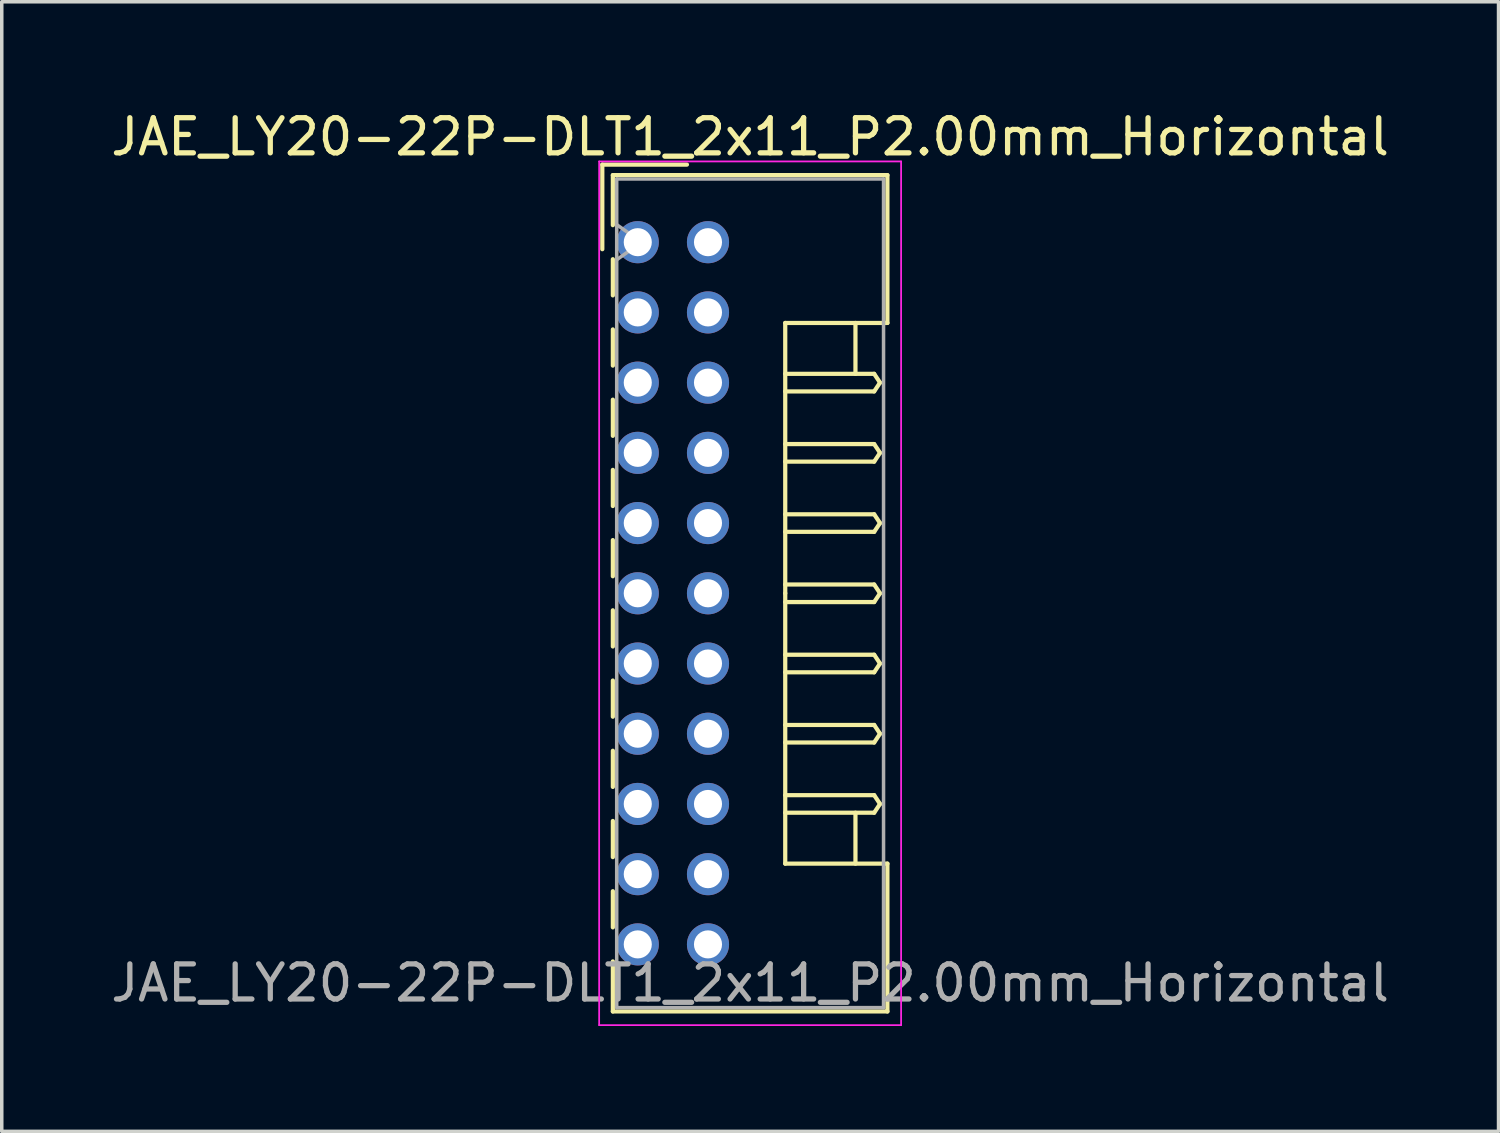
<source format=kicad_pcb>
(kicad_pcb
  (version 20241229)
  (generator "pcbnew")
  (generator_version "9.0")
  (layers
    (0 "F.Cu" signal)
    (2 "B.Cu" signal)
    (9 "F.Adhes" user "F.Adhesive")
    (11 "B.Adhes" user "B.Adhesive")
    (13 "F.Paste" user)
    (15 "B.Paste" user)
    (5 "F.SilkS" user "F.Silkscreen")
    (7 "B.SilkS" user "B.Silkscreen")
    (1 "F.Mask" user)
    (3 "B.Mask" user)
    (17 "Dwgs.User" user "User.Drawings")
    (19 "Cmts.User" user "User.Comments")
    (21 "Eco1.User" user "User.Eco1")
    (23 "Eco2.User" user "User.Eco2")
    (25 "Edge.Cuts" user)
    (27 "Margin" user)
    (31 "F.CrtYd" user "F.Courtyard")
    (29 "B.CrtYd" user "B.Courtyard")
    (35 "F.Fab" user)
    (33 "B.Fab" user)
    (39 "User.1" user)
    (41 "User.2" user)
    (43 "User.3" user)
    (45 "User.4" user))
  (footprint "JAE_LY20-22P-DLT1_2x11_P2.00mm_Horizontal"
    (layer "F.Cu")
    (at 15.115 3.848)
    (property "Reference" "JAE_LY20-22P-DLT1_2x11_P2.00mm_Horizontal" (at 3.2 -3 0) (layer "F.SilkS") (effects (font (size 1 1) (thickness 0.15))))
    (attr through_hole)
    (fp_line (start -1.01 -2.21) (end -1.01 0.2) (stroke (width 0.12) (type solid)) (layer "F.SilkS"))
    (fp_line (start -0.71 -1.91) (end 7.11 -1.91) (stroke (width 0.12) (type solid)) (layer "F.SilkS"))
    (fp_line (start -0.71 -0.485) (end -0.71 -1.91) (stroke (width 0.12) (type solid)) (layer "F.SilkS"))
    (fp_line (start -0.71 0.485) (end -0.71 1.515) (stroke (width 0.12) (type solid)) (layer "F.SilkS"))
    (fp_line (start -0.71 2.485) (end -0.71 3.515) (stroke (width 0.12) (type solid)) (layer "F.SilkS"))
    (fp_line (start -0.71 4.485) (end -0.71 5.515) (stroke (width 0.12) (type solid)) (layer "F.SilkS"))
    (fp_line (start -0.71 6.485) (end -0.71 7.515) (stroke (width 0.12) (type solid)) (layer "F.SilkS"))
    (fp_line (start -0.71 8.485) (end -0.71 9.515) (stroke (width 0.12) (type solid)) (layer "F.SilkS"))
    (fp_line (start -0.71 10.485) (end -0.71 11.515) (stroke (width 0.12) (type solid)) (layer "F.SilkS"))
    (fp_line (start -0.71 12.485) (end -0.71 13.515) (stroke (width 0.12) (type solid)) (layer "F.SilkS"))
    (fp_line (start -0.71 14.485) (end -0.71 15.515) (stroke (width 0.12) (type solid)) (layer "F.SilkS"))
    (fp_line (start -0.71 16.485) (end -0.71 17.515) (stroke (width 0.12) (type solid)) (layer "F.SilkS"))
    (fp_line (start -0.71 18.485) (end -0.71 19.515) (stroke (width 0.12) (type solid)) (layer "F.SilkS"))
    (fp_line (start -0.71 20.485) (end -0.71 21.91) (stroke (width 0.12) (type solid)) (layer "F.SilkS"))
    (fp_line (start -0.71 21.91) (end 7.11 21.91) (stroke (width 0.12) (type solid)) (layer "F.SilkS"))
    (fp_line (start 1.4 -2.21) (end -1.01 -2.21) (stroke (width 0.12) (type solid)) (layer "F.SilkS"))
    (fp_line (start 4.2 2.3) (end 4.2 10) (stroke (width 0.12) (type solid)) (layer "F.SilkS"))
    (fp_line (start 4.2 3.75) (end 6.733 3.75) (stroke (width 0.12) (type solid)) (layer "F.SilkS"))
    (fp_line (start 4.2 5.75) (end 6.733 5.75) (stroke (width 0.12) (type solid)) (layer "F.SilkS"))
    (fp_line (start 4.2 7.75) (end 6.733 7.75) (stroke (width 0.12) (type solid)) (layer "F.SilkS"))
    (fp_line (start 4.2 9.75) (end 6.733 9.75) (stroke (width 0.12) (type solid)) (layer "F.SilkS"))
    (fp_line (start 4.2 11.75) (end 6.733 11.75) (stroke (width 0.12) (type solid)) (layer "F.SilkS"))
    (fp_line (start 4.2 13.75) (end 6.733 13.75) (stroke (width 0.12) (type solid)) (layer "F.SilkS"))
    (fp_line (start 4.2 15.75) (end 6.733 15.75) (stroke (width 0.12) (type solid)) (layer "F.SilkS"))
    (fp_line (start 4.2 17.7) (end 4.2 10) (stroke (width 0.12) (type solid)) (layer "F.SilkS"))
    (fp_line (start 6.2 2.3) (end 6.2 3.75) (stroke (width 0.12) (type solid)) (layer "F.SilkS"))
    (fp_line (start 6.2 17.7) (end 6.2 16.25) (stroke (width 0.12) (type solid)) (layer "F.SilkS"))
    (fp_line (start 6.733 3.75) (end 6.9 4) (stroke (width 0.12) (type solid)) (layer "F.SilkS"))
    (fp_line (start 6.733 4.25) (end 4.2 4.25) (stroke (width 0.12) (type solid)) (layer "F.SilkS"))
    (fp_line (start 6.733 5.75) (end 6.9 6) (stroke (width 0.12) (type solid)) (layer "F.SilkS"))
    (fp_line (start 6.733 6.25) (end 4.2 6.25) (stroke (width 0.12) (type solid)) (layer "F.SilkS"))
    (fp_line (start 6.733 7.75) (end 6.9 8) (stroke (width 0.12) (type solid)) (layer "F.SilkS"))
    (fp_line (start 6.733 8.25) (end 4.2 8.25) (stroke (width 0.12) (type solid)) (layer "F.SilkS"))
    (fp_line (start 6.733 9.75) (end 6.9 10) (stroke (width 0.12) (type solid)) (layer "F.SilkS"))
    (fp_line (start 6.733 10.25) (end 4.2 10.25) (stroke (width 0.12) (type solid)) (layer "F.SilkS"))
    (fp_line (start 6.733 11.75) (end 6.9 12) (stroke (width 0.12) (type solid)) (layer "F.SilkS"))
    (fp_line (start 6.733 12.25) (end 4.2 12.25) (stroke (width 0.12) (type solid)) (layer "F.SilkS"))
    (fp_line (start 6.733 13.75) (end 6.9 14) (stroke (width 0.12) (type solid)) (layer "F.SilkS"))
    (fp_line (start 6.733 14.25) (end 4.2 14.25) (stroke (width 0.12) (type solid)) (layer "F.SilkS"))
    (fp_line (start 6.733 15.75) (end 6.9 16) (stroke (width 0.12) (type solid)) (layer "F.SilkS"))
    (fp_line (start 6.733 16.25) (end 4.2 16.25) (stroke (width 0.12) (type solid)) (layer "F.SilkS"))
    (fp_line (start 6.9 4) (end 6.733 4.25) (stroke (width 0.12) (type solid)) (layer "F.SilkS"))
    (fp_line (start 6.9 6) (end 6.733 6.25) (stroke (width 0.12) (type solid)) (layer "F.SilkS"))
    (fp_line (start 6.9 8) (end 6.733 8.25) (stroke (width 0.12) (type solid)) (layer "F.SilkS"))
    (fp_line (start 6.9 10) (end 6.733 10.25) (stroke (width 0.12) (type solid)) (layer "F.SilkS"))
    (fp_line (start 6.9 12) (end 6.733 12.25) (stroke (width 0.12) (type solid)) (layer "F.SilkS"))
    (fp_line (start 6.9 14) (end 6.733 14.25) (stroke (width 0.12) (type solid)) (layer "F.SilkS"))
    (fp_line (start 6.9 16) (end 6.733 16.25) (stroke (width 0.12) (type solid)) (layer "F.SilkS"))
    (fp_line (start 7.11 -1.91) (end 7.11 2.3) (stroke (width 0.12) (type solid)) (layer "F.SilkS"))
    (fp_line (start 7.11 2.3) (end 4.2 2.3) (stroke (width 0.12) (type solid)) (layer "F.SilkS"))
    (fp_line (start 7.11 17.7) (end 4.2 17.7) (stroke (width 0.12) (type solid)) (layer "F.SilkS"))
    (fp_line (start 7.11 21.91) (end 7.11 17.7) (stroke (width 0.12) (type solid)) (layer "F.SilkS"))
    (fp_line (start -1.1 -2.3) (end -1.1 22.3) (stroke (width 0.05) (type solid)) (layer "F.CrtYd"))
    (fp_line (start -1.1 22.3) (end 7.5 22.3) (stroke (width 0.05) (type solid)) (layer "F.CrtYd"))
    (fp_line (start 7.5 -2.3) (end -1.1 -2.3) (stroke (width 0.05) (type solid)) (layer "F.CrtYd"))
    (fp_line (start 7.5 22.3) (end 7.5 -2.3) (stroke (width 0.05) (type solid)) (layer "F.CrtYd"))
    (fp_line (start -0.6 -1.8) (end -0.6 21.8) (stroke (width 0.1) (type solid)) (layer "F.Fab"))
    (fp_line (start -0.6 0.5) (end 0.107 0) (stroke (width 0.1) (type solid)) (layer "F.Fab"))
    (fp_line (start -0.6 21.8) (end 7 21.8) (stroke (width 0.1) (type solid)) (layer "F.Fab"))
    (fp_line (start 0.107 0) (end -0.6 -0.5) (stroke (width 0.1) (type solid)) (layer "F.Fab"))
    (fp_line (start 7 -1.8) (end -0.6 -1.8) (stroke (width 0.1) (type solid)) (layer "F.Fab"))
    (fp_line (start 7 21.8) (end 7 -1.8) (stroke (width 0.1) (type solid)) (layer "F.Fab"))
    (fp_text user "${REFERENCE}" (at 3.2 21.1 0) (layer "F.Fab") (effects (font (size 1 1) (thickness 0.15))))
    (pad "a1" thru_hole circle (at 0 0) (size 1.2 1.2) (drill 0.8) (layers "*.Cu" "*.Mask"))
    (pad "a2" thru_hole circle (at 0 2) (size 1.2 1.2) (drill 0.8) (layers "*.Cu" "*.Mask"))
    (pad "a3" thru_hole circle (at 0 4) (size 1.2 1.2) (drill 0.8) (layers "*.Cu" "*.Mask"))
    (pad "a4" thru_hole circle (at 0 6) (size 1.2 1.2) (drill 0.8) (layers "*.Cu" "*.Mask"))
    (pad "a5" thru_hole circle (at 0 8) (size 1.2 1.2) (drill 0.8) (layers "*.Cu" "*.Mask"))
    (pad "a6" thru_hole circle (at 0 10) (size 1.2 1.2) (drill 0.8) (layers "*.Cu" "*.Mask"))
    (pad "a7" thru_hole circle (at 0 12) (size 1.2 1.2) (drill 0.8) (layers "*.Cu" "*.Mask"))
    (pad "a8" thru_hole circle (at 0 14) (size 1.2 1.2) (drill 0.8) (layers "*.Cu" "*.Mask"))
    (pad "a9" thru_hole circle (at 0 16) (size 1.2 1.2) (drill 0.8) (layers "*.Cu" "*.Mask"))
    (pad "a10" thru_hole circle (at 0 18) (size 1.2 1.2) (drill 0.8) (layers "*.Cu" "*.Mask"))
    (pad "a11" thru_hole circle (at 0 20) (size 1.2 1.2) (drill 0.8) (layers "*.Cu" "*.Mask"))
    (pad "b1" thru_hole circle (at 2 0) (size 1.2 1.2) (drill 0.8) (layers "*.Cu" "*.Mask"))
    (pad "b2" thru_hole circle (at 2 2) (size 1.2 1.2) (drill 0.8) (layers "*.Cu" "*.Mask"))
    (pad "b3" thru_hole circle (at 2 4) (size 1.2 1.2) (drill 0.8) (layers "*.Cu" "*.Mask"))
    (pad "b4" thru_hole circle (at 2 6) (size 1.2 1.2) (drill 0.8) (layers "*.Cu" "*.Mask"))
    (pad "b5" thru_hole circle (at 2 8) (size 1.2 1.2) (drill 0.8) (layers "*.Cu" "*.Mask"))
    (pad "b6" thru_hole circle (at 2 10) (size 1.2 1.2) (drill 0.8) (layers "*.Cu" "*.Mask"))
    (pad "b7" thru_hole circle (at 2 12) (size 1.2 1.2) (drill 0.8) (layers "*.Cu" "*.Mask"))
    (pad "b8" thru_hole circle (at 2 14) (size 1.2 1.2) (drill 0.8) (layers "*.Cu" "*.Mask"))
    (pad "b9" thru_hole circle (at 2 16) (size 1.2 1.2) (drill 0.8) (layers "*.Cu" "*.Mask"))
    (pad "b10" thru_hole circle (at 2 18) (size 1.2 1.2) (drill 0.8) (layers "*.Cu" "*.Mask"))
    (pad "b11" thru_hole circle (at 2 20) (size 1.2 1.2) (drill 0.8) (layers "*.Cu" "*.Mask")))
  (gr_rect
    (start -3 -3)
    (end 39.631 29.173)
    (stroke (width 0.1) (type default))
    (fill no)
    (layer "Edge.Cuts")))
</source>
